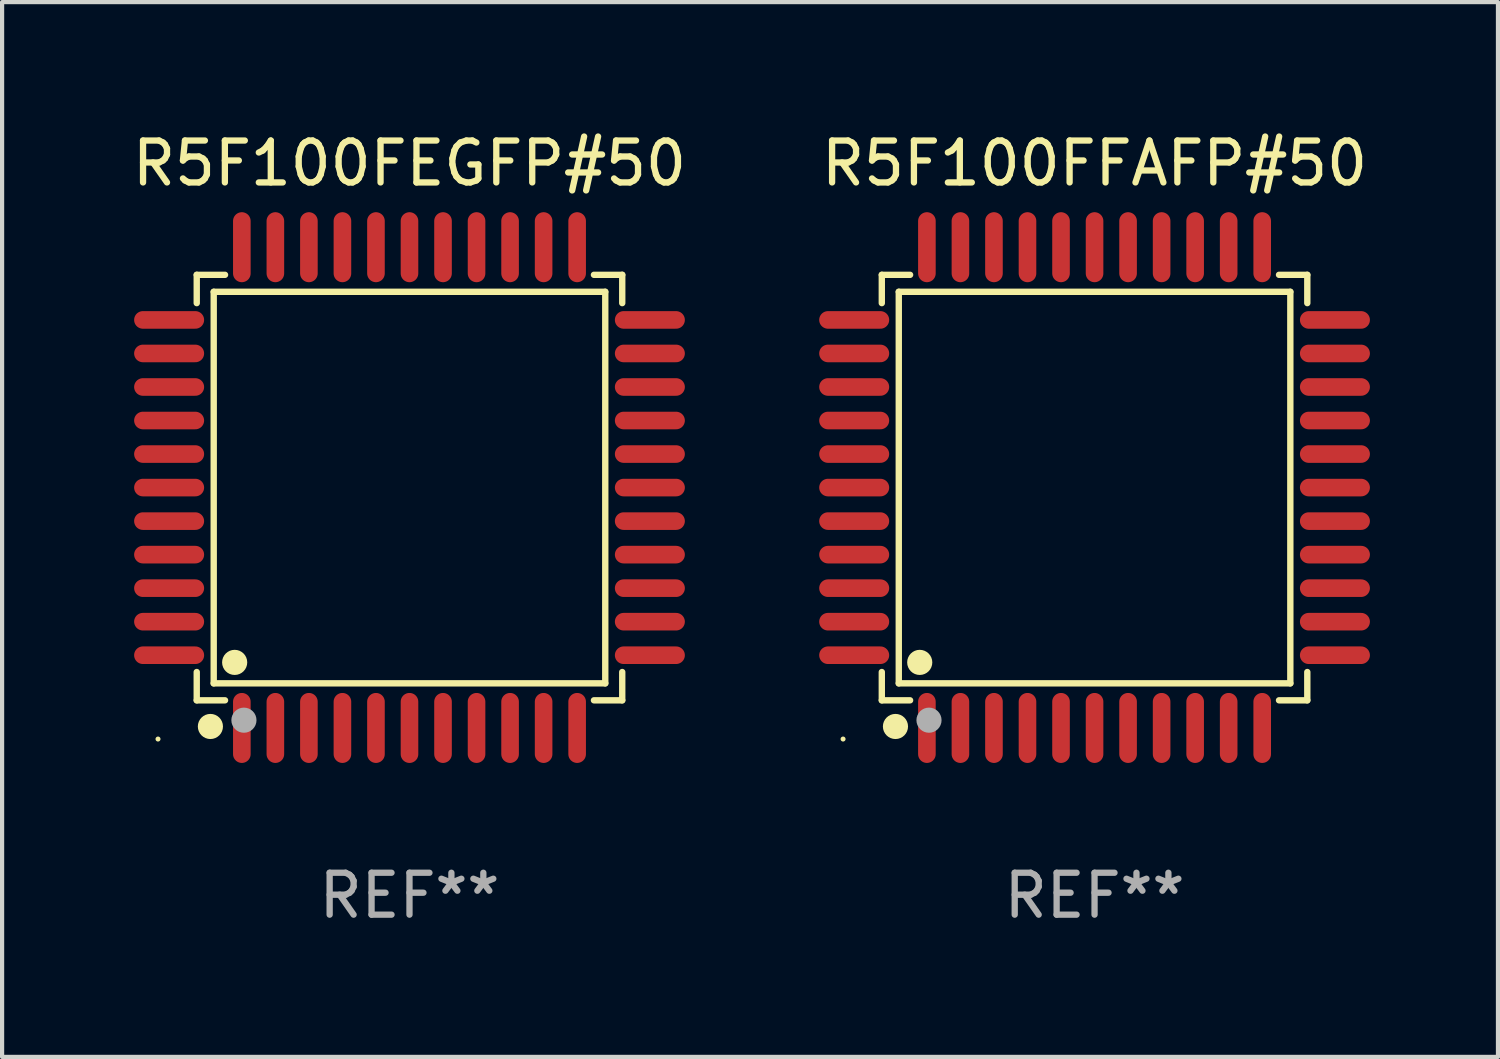
<source format=kicad_pcb>
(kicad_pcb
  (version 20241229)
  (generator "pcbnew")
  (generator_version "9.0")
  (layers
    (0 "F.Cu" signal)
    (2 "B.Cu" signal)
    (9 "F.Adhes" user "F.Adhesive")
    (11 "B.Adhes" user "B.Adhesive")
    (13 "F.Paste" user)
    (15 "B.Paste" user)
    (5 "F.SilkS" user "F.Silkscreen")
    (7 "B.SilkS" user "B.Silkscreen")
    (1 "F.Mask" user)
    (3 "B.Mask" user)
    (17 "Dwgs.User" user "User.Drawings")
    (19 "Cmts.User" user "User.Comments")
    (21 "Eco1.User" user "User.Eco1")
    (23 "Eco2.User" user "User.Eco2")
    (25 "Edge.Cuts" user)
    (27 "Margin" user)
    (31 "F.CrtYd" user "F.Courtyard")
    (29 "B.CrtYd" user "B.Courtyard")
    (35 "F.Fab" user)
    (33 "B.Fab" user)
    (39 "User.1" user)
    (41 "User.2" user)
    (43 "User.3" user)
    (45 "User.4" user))
  (footprint "R5F100FFAFP#50"
    (layer "F.Cu")
    (at 23.065 8.583)
    (property "Reference" "R5F100FFAFP#50" (at 0 -7.735 0) (layer "F.SilkS") (effects (font (size 1 1) (thickness 0.15))))
    (attr through_hole)
    (fp_line (start -5.076 -5.076) (end -4.401 -5.076) (stroke (width 0.152) (type solid)) (layer "F.SilkS"))
    (fp_line (start -5.076 -4.401) (end -5.076 -5.076) (stroke (width 0.152) (type solid)) (layer "F.SilkS"))
    (fp_line (start -5.076 4.401) (end -5.076 5.076) (stroke (width 0.152) (type solid)) (layer "F.SilkS"))
    (fp_line (start -5.076 5.076) (end -4.401 5.076) (stroke (width 0.152) (type solid)) (layer "F.SilkS"))
    (fp_line (start -4.671 -4.671) (end 4.671 -4.671) (stroke (width 0.152) (type solid)) (layer "F.SilkS"))
    (fp_line (start -4.671 4.671) (end -4.671 -4.671) (stroke (width 0.152) (type solid)) (layer "F.SilkS"))
    (fp_line (start 4.671 -4.671) (end 4.671 4.671) (stroke (width 0.152) (type solid)) (layer "F.SilkS"))
    (fp_line (start 4.671 4.671) (end -4.671 4.671) (stroke (width 0.152) (type solid)) (layer "F.SilkS"))
    (fp_line (start 5.076 -5.076) (end 4.401 -5.076) (stroke (width 0.152) (type solid)) (layer "F.SilkS"))
    (fp_line (start 5.076 -4.401) (end 5.076 -5.076) (stroke (width 0.152) (type solid)) (layer "F.SilkS"))
    (fp_line (start 5.076 4.401) (end 5.076 5.076) (stroke (width 0.152) (type solid)) (layer "F.SilkS"))
    (fp_line (start 5.076 5.076) (end 4.401 5.076) (stroke (width 0.152) (type solid)) (layer "F.SilkS"))
    (fp_circle (center -6 6) (end -5.97 6) (stroke (width 0.06) (type solid)) (fill no) (layer "F.SilkS"))
    (fp_circle (center -4.75 5.7) (end -4.6 5.7) (stroke (width 0.3) (type solid)) (fill no) (layer "F.SilkS"))
    (fp_circle (center -4.171 4.171) (end -4.021 4.171) (stroke (width 0.3) (type solid)) (fill no) (layer "F.SilkS"))
    (fp_circle (center -3.95 5.55) (end -3.8 5.55) (stroke (width 0.3) (type solid)) (fill no) (layer "F.Fab"))
    (fp_text user "REF**" (at 0 9.735 0) (layer "F.Fab") (effects (font (size 1 1) (thickness 0.15))))
    (pad "1" smd oval (at -4 5.735) (size 0.42 1.67) (layers "F.Cu" "F.Mask" "F.Paste"))
    (pad "2" smd oval (at -3.2 5.735) (size 0.42 1.67) (layers "F.Cu" "F.Mask" "F.Paste"))
    (pad "3" smd oval (at -2.4 5.735) (size 0.42 1.67) (layers "F.Cu" "F.Mask" "F.Paste"))
    (pad "4" smd oval (at -1.6 5.735) (size 0.42 1.67) (layers "F.Cu" "F.Mask" "F.Paste"))
    (pad "5" smd oval (at -0.8 5.735) (size 0.42 1.67) (layers "F.Cu" "F.Mask" "F.Paste"))
    (pad "6" smd oval (at 0 5.735) (size 0.42 1.67) (layers "F.Cu" "F.Mask" "F.Paste"))
    (pad "7" smd oval (at 0.8 5.735) (size 0.42 1.67) (layers "F.Cu" "F.Mask" "F.Paste"))
    (pad "8" smd oval (at 1.6 5.735) (size 0.42 1.67) (layers "F.Cu" "F.Mask" "F.Paste"))
    (pad "9" smd oval (at 2.4 5.735) (size 0.42 1.67) (layers "F.Cu" "F.Mask" "F.Paste"))
    (pad "10" smd oval (at 3.2 5.735) (size 0.42 1.67) (layers "F.Cu" "F.Mask" "F.Paste"))
    (pad "11" smd oval (at 4 5.735) (size 0.42 1.67) (layers "F.Cu" "F.Mask" "F.Paste"))
    (pad "12" smd oval (at 5.735 4) (size 1.67 0.42) (layers "F.Cu" "F.Mask" "F.Paste"))
    (pad "13" smd oval (at 5.735 3.2) (size 1.67 0.42) (layers "F.Cu" "F.Mask" "F.Paste"))
    (pad "14" smd oval (at 5.735 2.4) (size 1.67 0.42) (layers "F.Cu" "F.Mask" "F.Paste"))
    (pad "15" smd oval (at 5.735 1.6) (size 1.67 0.42) (layers "F.Cu" "F.Mask" "F.Paste"))
    (pad "16" smd oval (at 5.735 0.8) (size 1.67 0.42) (layers "F.Cu" "F.Mask" "F.Paste"))
    (pad "17" smd oval (at 5.735 0) (size 1.67 0.42) (layers "F.Cu" "F.Mask" "F.Paste"))
    (pad "18" smd oval (at 5.735 -0.8) (size 1.67 0.42) (layers "F.Cu" "F.Mask" "F.Paste"))
    (pad "19" smd oval (at 5.735 -1.6) (size 1.67 0.42) (layers "F.Cu" "F.Mask" "F.Paste"))
    (pad "20" smd oval (at 5.735 -2.4) (size 1.67 0.42) (layers "F.Cu" "F.Mask" "F.Paste"))
    (pad "21" smd oval (at 5.735 -3.2) (size 1.67 0.42) (layers "F.Cu" "F.Mask" "F.Paste"))
    (pad "22" smd oval (at 5.735 -4) (size 1.67 0.42) (layers "F.Cu" "F.Mask" "F.Paste"))
    (pad "23" smd oval (at 4 -5.735) (size 0.42 1.67) (layers "F.Cu" "F.Mask" "F.Paste"))
    (pad "24" smd oval (at 3.2 -5.735) (size 0.42 1.67) (layers "F.Cu" "F.Mask" "F.Paste"))
    (pad "25" smd oval (at 2.4 -5.735) (size 0.42 1.67) (layers "F.Cu" "F.Mask" "F.Paste"))
    (pad "26" smd oval (at 1.6 -5.735) (size 0.42 1.67) (layers "F.Cu" "F.Mask" "F.Paste"))
    (pad "27" smd oval (at 0.8 -5.735) (size 0.42 1.67) (layers "F.Cu" "F.Mask" "F.Paste"))
    (pad "28" smd oval (at 0 -5.735) (size 0.42 1.67) (layers "F.Cu" "F.Mask" "F.Paste"))
    (pad "29" smd oval (at -0.8 -5.735) (size 0.42 1.67) (layers "F.Cu" "F.Mask" "F.Paste"))
    (pad "30" smd oval (at -1.6 -5.735) (size 0.42 1.67) (layers "F.Cu" "F.Mask" "F.Paste"))
    (pad "31" smd oval (at -2.4 -5.735) (size 0.42 1.67) (layers "F.Cu" "F.Mask" "F.Paste"))
    (pad "32" smd oval (at -3.2 -5.735) (size 0.42 1.67) (layers "F.Cu" "F.Mask" "F.Paste"))
    (pad "33" smd oval (at -4 -5.735) (size 0.42 1.67) (layers "F.Cu" "F.Mask" "F.Paste"))
    (pad "34" smd oval (at -5.735 -4) (size 1.67 0.42) (layers "F.Cu" "F.Mask" "F.Paste"))
    (pad "35" smd oval (at -5.735 -3.2) (size 1.67 0.42) (layers "F.Cu" "F.Mask" "F.Paste"))
    (pad "36" smd oval (at -5.735 -2.4) (size 1.67 0.42) (layers "F.Cu" "F.Mask" "F.Paste"))
    (pad "37" smd oval (at -5.735 -1.6) (size 1.67 0.42) (layers "F.Cu" "F.Mask" "F.Paste"))
    (pad "38" smd oval (at -5.735 -0.8) (size 1.67 0.42) (layers "F.Cu" "F.Mask" "F.Paste"))
    (pad "39" smd oval (at -5.735 0) (size 1.67 0.42) (layers "F.Cu" "F.Mask" "F.Paste"))
    (pad "40" smd oval (at -5.735 0.8) (size 1.67 0.42) (layers "F.Cu" "F.Mask" "F.Paste"))
    (pad "41" smd oval (at -5.735 1.6) (size 1.67 0.42) (layers "F.Cu" "F.Mask" "F.Paste"))
    (pad "42" smd oval (at -5.735 2.4) (size 1.67 0.42) (layers "F.Cu" "F.Mask" "F.Paste"))
    (pad "43" smd oval (at -5.735 3.2) (size 1.67 0.42) (layers "F.Cu" "F.Mask" "F.Paste"))
    (pad "44" smd oval (at -5.735 4) (size 1.67 0.42) (layers "F.Cu" "F.Mask" "F.Paste")))
  (footprint "R5F100FEGFP#50"
    (layer "F.Cu")
    (at 6.72 8.583)
    (property "Reference" "R5F100FEGFP#50" (at 0 -7.735 0) (layer "F.SilkS") (effects (font (size 1 1) (thickness 0.15))))
    (attr through_hole)
    (fp_line (start -5.076 -5.076) (end -4.401 -5.076) (stroke (width 0.152) (type solid)) (layer "F.SilkS"))
    (fp_line (start -5.076 -4.401) (end -5.076 -5.076) (stroke (width 0.152) (type solid)) (layer "F.SilkS"))
    (fp_line (start -5.076 4.401) (end -5.076 5.076) (stroke (width 0.152) (type solid)) (layer "F.SilkS"))
    (fp_line (start -5.076 5.076) (end -4.401 5.076) (stroke (width 0.152) (type solid)) (layer "F.SilkS"))
    (fp_line (start -4.671 -4.671) (end 4.671 -4.671) (stroke (width 0.152) (type solid)) (layer "F.SilkS"))
    (fp_line (start -4.671 4.671) (end -4.671 -4.671) (stroke (width 0.152) (type solid)) (layer "F.SilkS"))
    (fp_line (start 4.671 -4.671) (end 4.671 4.671) (stroke (width 0.152) (type solid)) (layer "F.SilkS"))
    (fp_line (start 4.671 4.671) (end -4.671 4.671) (stroke (width 0.152) (type solid)) (layer "F.SilkS"))
    (fp_line (start 5.076 -5.076) (end 4.401 -5.076) (stroke (width 0.152) (type solid)) (layer "F.SilkS"))
    (fp_line (start 5.076 -4.401) (end 5.076 -5.076) (stroke (width 0.152) (type solid)) (layer "F.SilkS"))
    (fp_line (start 5.076 4.401) (end 5.076 5.076) (stroke (width 0.152) (type solid)) (layer "F.SilkS"))
    (fp_line (start 5.076 5.076) (end 4.401 5.076) (stroke (width 0.152) (type solid)) (layer "F.SilkS"))
    (fp_circle (center -6 6) (end -5.97 6) (stroke (width 0.06) (type solid)) (fill no) (layer "F.SilkS"))
    (fp_circle (center -4.75 5.7) (end -4.6 5.7) (stroke (width 0.3) (type solid)) (fill no) (layer "F.SilkS"))
    (fp_circle (center -4.171 4.171) (end -4.021 4.171) (stroke (width 0.3) (type solid)) (fill no) (layer "F.SilkS"))
    (fp_circle (center -3.95 5.55) (end -3.8 5.55) (stroke (width 0.3) (type solid)) (fill no) (layer "F.Fab"))
    (fp_text user "REF**" (at 0 9.735 0) (layer "F.Fab") (effects (font (size 1 1) (thickness 0.15))))
    (pad "1" smd oval (at -4 5.735) (size 0.42 1.67) (layers "F.Cu" "F.Mask" "F.Paste"))
    (pad "2" smd oval (at -3.2 5.735) (size 0.42 1.67) (layers "F.Cu" "F.Mask" "F.Paste"))
    (pad "3" smd oval (at -2.4 5.735) (size 0.42 1.67) (layers "F.Cu" "F.Mask" "F.Paste"))
    (pad "4" smd oval (at -1.6 5.735) (size 0.42 1.67) (layers "F.Cu" "F.Mask" "F.Paste"))
    (pad "5" smd oval (at -0.8 5.735) (size 0.42 1.67) (layers "F.Cu" "F.Mask" "F.Paste"))
    (pad "6" smd oval (at 0 5.735) (size 0.42 1.67) (layers "F.Cu" "F.Mask" "F.Paste"))
    (pad "7" smd oval (at 0.8 5.735) (size 0.42 1.67) (layers "F.Cu" "F.Mask" "F.Paste"))
    (pad "8" smd oval (at 1.6 5.735) (size 0.42 1.67) (layers "F.Cu" "F.Mask" "F.Paste"))
    (pad "9" smd oval (at 2.4 5.735) (size 0.42 1.67) (layers "F.Cu" "F.Mask" "F.Paste"))
    (pad "10" smd oval (at 3.2 5.735) (size 0.42 1.67) (layers "F.Cu" "F.Mask" "F.Paste"))
    (pad "11" smd oval (at 4 5.735) (size 0.42 1.67) (layers "F.Cu" "F.Mask" "F.Paste"))
    (pad "12" smd oval (at 5.735 4) (size 1.67 0.42) (layers "F.Cu" "F.Mask" "F.Paste"))
    (pad "13" smd oval (at 5.735 3.2) (size 1.67 0.42) (layers "F.Cu" "F.Mask" "F.Paste"))
    (pad "14" smd oval (at 5.735 2.4) (size 1.67 0.42) (layers "F.Cu" "F.Mask" "F.Paste"))
    (pad "15" smd oval (at 5.735 1.6) (size 1.67 0.42) (layers "F.Cu" "F.Mask" "F.Paste"))
    (pad "16" smd oval (at 5.735 0.8) (size 1.67 0.42) (layers "F.Cu" "F.Mask" "F.Paste"))
    (pad "17" smd oval (at 5.735 0) (size 1.67 0.42) (layers "F.Cu" "F.Mask" "F.Paste"))
    (pad "18" smd oval (at 5.735 -0.8) (size 1.67 0.42) (layers "F.Cu" "F.Mask" "F.Paste"))
    (pad "19" smd oval (at 5.735 -1.6) (size 1.67 0.42) (layers "F.Cu" "F.Mask" "F.Paste"))
    (pad "20" smd oval (at 5.735 -2.4) (size 1.67 0.42) (layers "F.Cu" "F.Mask" "F.Paste"))
    (pad "21" smd oval (at 5.735 -3.2) (size 1.67 0.42) (layers "F.Cu" "F.Mask" "F.Paste"))
    (pad "22" smd oval (at 5.735 -4) (size 1.67 0.42) (layers "F.Cu" "F.Mask" "F.Paste"))
    (pad "23" smd oval (at 4 -5.735) (size 0.42 1.67) (layers "F.Cu" "F.Mask" "F.Paste"))
    (pad "24" smd oval (at 3.2 -5.735) (size 0.42 1.67) (layers "F.Cu" "F.Mask" "F.Paste"))
    (pad "25" smd oval (at 2.4 -5.735) (size 0.42 1.67) (layers "F.Cu" "F.Mask" "F.Paste"))
    (pad "26" smd oval (at 1.6 -5.735) (size 0.42 1.67) (layers "F.Cu" "F.Mask" "F.Paste"))
    (pad "27" smd oval (at 0.8 -5.735) (size 0.42 1.67) (layers "F.Cu" "F.Mask" "F.Paste"))
    (pad "28" smd oval (at 0 -5.735) (size 0.42 1.67) (layers "F.Cu" "F.Mask" "F.Paste"))
    (pad "29" smd oval (at -0.8 -5.735) (size 0.42 1.67) (layers "F.Cu" "F.Mask" "F.Paste"))
    (pad "30" smd oval (at -1.6 -5.735) (size 0.42 1.67) (layers "F.Cu" "F.Mask" "F.Paste"))
    (pad "31" smd oval (at -2.4 -5.735) (size 0.42 1.67) (layers "F.Cu" "F.Mask" "F.Paste"))
    (pad "32" smd oval (at -3.2 -5.735) (size 0.42 1.67) (layers "F.Cu" "F.Mask" "F.Paste"))
    (pad "33" smd oval (at -4 -5.735) (size 0.42 1.67) (layers "F.Cu" "F.Mask" "F.Paste"))
    (pad "34" smd oval (at -5.735 -4) (size 1.67 0.42) (layers "F.Cu" "F.Mask" "F.Paste"))
    (pad "35" smd oval (at -5.735 -3.2) (size 1.67 0.42) (layers "F.Cu" "F.Mask" "F.Paste"))
    (pad "36" smd oval (at -5.735 -2.4) (size 1.67 0.42) (layers "F.Cu" "F.Mask" "F.Paste"))
    (pad "37" smd oval (at -5.735 -1.6) (size 1.67 0.42) (layers "F.Cu" "F.Mask" "F.Paste"))
    (pad "38" smd oval (at -5.735 -0.8) (size 1.67 0.42) (layers "F.Cu" "F.Mask" "F.Paste"))
    (pad "39" smd oval (at -5.735 0) (size 1.67 0.42) (layers "F.Cu" "F.Mask" "F.Paste"))
    (pad "40" smd oval (at -5.735 0.8) (size 1.67 0.42) (layers "F.Cu" "F.Mask" "F.Paste"))
    (pad "41" smd oval (at -5.735 1.6) (size 1.67 0.42) (layers "F.Cu" "F.Mask" "F.Paste"))
    (pad "42" smd oval (at -5.735 2.4) (size 1.67 0.42) (layers "F.Cu" "F.Mask" "F.Paste"))
    (pad "43" smd oval (at -5.735 3.2) (size 1.67 0.42) (layers "F.Cu" "F.Mask" "F.Paste"))
    (pad "44" smd oval (at -5.735 4) (size 1.67 0.42) (layers "F.Cu" "F.Mask" "F.Paste")))
  (gr_rect
    (start -3 -3)
    (end 32.69 22.167)
    (stroke (width 0.1) (type default))
    (fill no)
    (layer "Edge.Cuts")))
</source>
